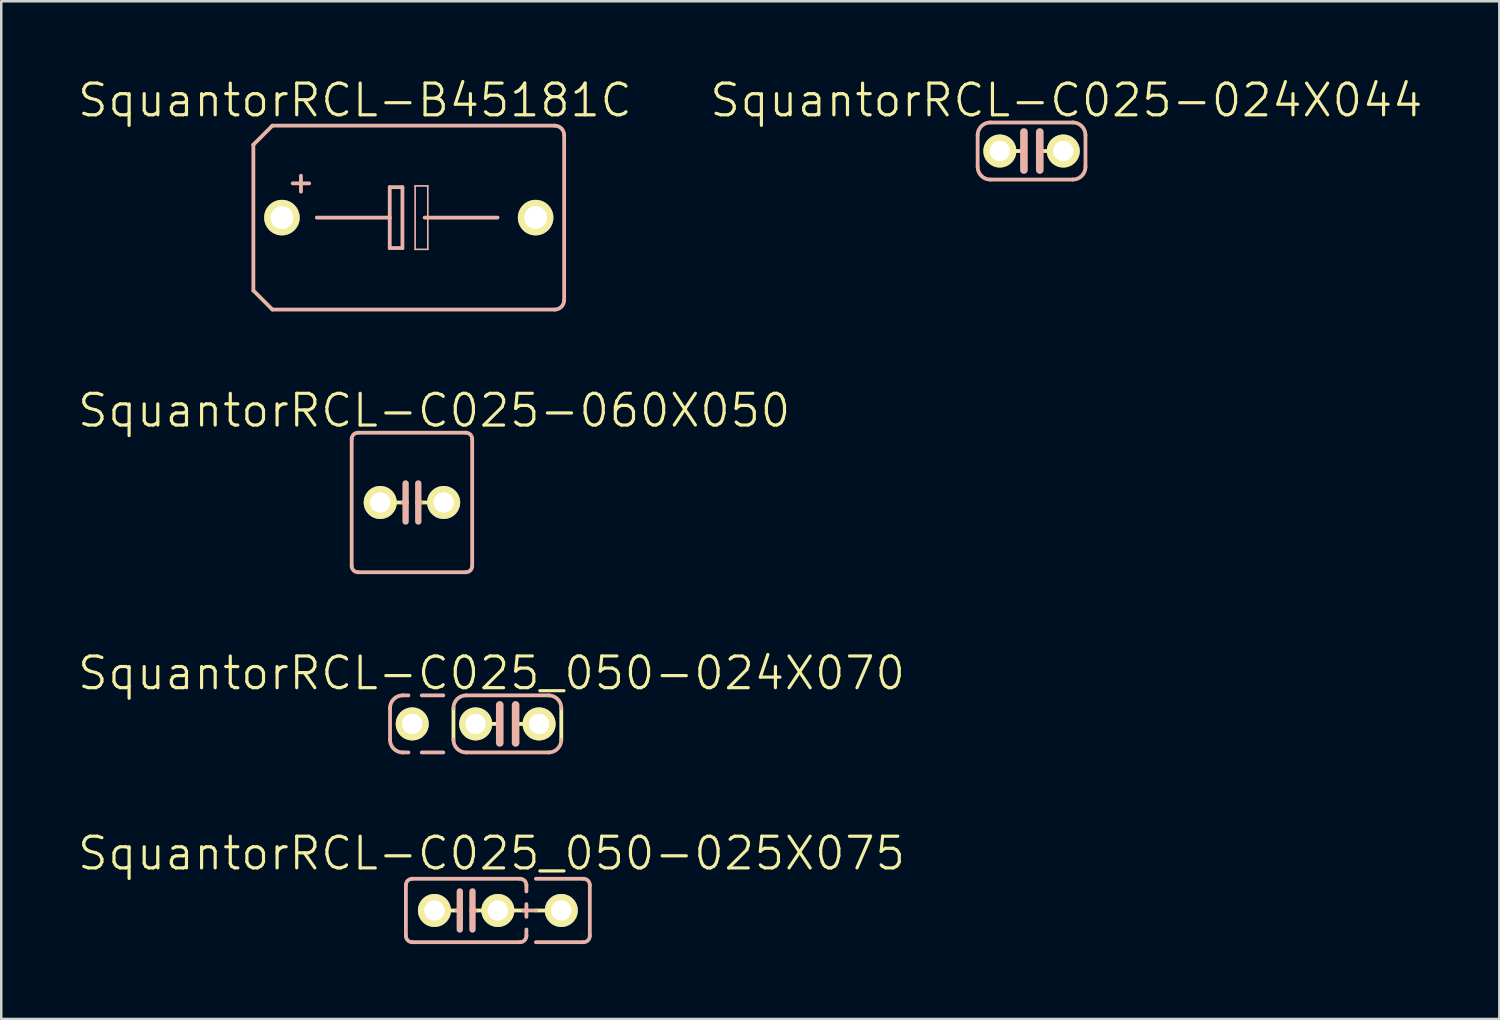
<source format=kicad_pcb>
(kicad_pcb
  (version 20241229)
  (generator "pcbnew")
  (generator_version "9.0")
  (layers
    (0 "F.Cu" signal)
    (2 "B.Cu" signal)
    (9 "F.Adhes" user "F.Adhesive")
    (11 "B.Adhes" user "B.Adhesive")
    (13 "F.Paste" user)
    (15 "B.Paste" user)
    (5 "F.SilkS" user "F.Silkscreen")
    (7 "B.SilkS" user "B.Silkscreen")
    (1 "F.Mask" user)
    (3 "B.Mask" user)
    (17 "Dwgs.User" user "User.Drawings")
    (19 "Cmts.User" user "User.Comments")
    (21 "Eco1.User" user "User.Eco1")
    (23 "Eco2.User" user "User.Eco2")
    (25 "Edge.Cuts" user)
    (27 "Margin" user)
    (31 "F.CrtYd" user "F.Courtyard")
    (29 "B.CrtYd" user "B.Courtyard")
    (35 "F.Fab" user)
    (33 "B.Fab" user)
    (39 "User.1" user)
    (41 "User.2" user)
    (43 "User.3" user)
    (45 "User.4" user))
  (footprint "SquantorRCL-C025_050-025X075"
    (layer "F.Cu")
    (at 15.618 33.412)
    (property "Reference" "SquantorRCL-C025_050-025X075" (at 1.016 -2.286 0) (layer "F.SilkS") (effects (font (size 1.27 1.27) (thickness 0.127))))
    (attr exclude_from_pos_files exclude_from_bom)
    (fp_line (start -0.381 0) (end -0.762 0) (stroke (width 0.152) (type solid)) (layer "F.SilkS"))
    (fp_line (start 0.762 0) (end 0.381 0) (stroke (width 0.152) (type solid)) (layer "F.SilkS"))
    (fp_line (start 1.778 0) (end 2.286 0) (stroke (width 0.152) (type solid)) (layer "F.SilkS"))
    (fp_line (start 2.794 0) (end 3.302 0) (stroke (width 0.152) (type solid)) (layer "F.SilkS"))
    (fp_line (start -2.413 -1.016) (end -2.413 1.016) (stroke (width 0.152) (type solid)) (layer "B.SilkS"))
    (fp_line (start -2.159 -1.27) (end 2.159 -1.27) (stroke (width 0.152) (type solid)) (layer "B.SilkS"))
    (fp_line (start -0.254 -0.762) (end -0.254 0) (stroke (width 0.254) (type solid)) (layer "B.SilkS"))
    (fp_line (start -0.254 0) (end -0.381 0) (stroke (width 0.152) (type solid)) (layer "B.SilkS"))
    (fp_line (start -0.254 0) (end -0.254 0.762) (stroke (width 0.254) (type solid)) (layer "B.SilkS"))
    (fp_line (start 0.254 0) (end 0.254 -0.762) (stroke (width 0.254) (type solid)) (layer "B.SilkS"))
    (fp_line (start 0.254 0) (end 0.254 0.762) (stroke (width 0.254) (type solid)) (layer "B.SilkS"))
    (fp_line (start 0.381 0) (end 0.254 0) (stroke (width 0.152) (type solid)) (layer "B.SilkS"))
    (fp_line (start 2.159 1.27) (end -2.159 1.27) (stroke (width 0.152) (type solid)) (layer "B.SilkS"))
    (fp_line (start 2.286 0) (end 2.794 0) (stroke (width 0.152) (type solid)) (layer "B.SilkS"))
    (fp_line (start 2.413 -1.016) (end 2.413 -0.762) (stroke (width 0.152) (type solid)) (layer "B.SilkS"))
    (fp_line (start 2.413 -0.254) (end 2.413 0.254) (stroke (width 0.152) (type solid)) (layer "B.SilkS"))
    (fp_line (start 2.413 0.762) (end 2.413 1.016) (stroke (width 0.152) (type solid)) (layer "B.SilkS"))
    (fp_line (start 2.794 -1.27) (end 4.699 -1.27) (stroke (width 0.152) (type solid)) (layer "B.SilkS"))
    (fp_line (start 4.699 1.27) (end 2.794 1.27) (stroke (width 0.152) (type solid)) (layer "B.SilkS"))
    (fp_line (start 4.953 -1.016) (end 4.953 1.016) (stroke (width 0.152) (type solid)) (layer "B.SilkS"))
    (fp_arc (start -2.413 -1.016) (mid -2.338605 -1.195605) (end -2.159 -1.27) (stroke (width 0.1524) (type solid)) (layer "B.SilkS"))
    (fp_arc (start -2.159 1.27) (mid -2.338605 1.195605) (end -2.413 1.016) (stroke (width 0.1524) (type solid)) (layer "B.SilkS"))
    (fp_arc (start 2.159 -1.27) (mid 2.338605 -1.195605) (end 2.413 -1.016) (stroke (width 0.1524) (type solid)) (layer "B.SilkS"))
    (fp_arc (start 2.413 1.016) (mid 2.338605 1.195605) (end 2.159 1.27) (stroke (width 0.1524) (type solid)) (layer "B.SilkS"))
    (fp_arc (start 4.699 -1.27) (mid 4.878605 -1.195605) (end 4.953 -1.016) (stroke (width 0.1524) (type solid)) (layer "B.SilkS"))
    (fp_arc (start 4.953 1.016) (mid 4.878605 1.195605) (end 4.699 1.27) (stroke (width 0.1524) (type solid)) (layer "B.SilkS"))
    (pad "1" thru_hole circle (at -1.27 0) (size 1.321 1.321) (drill 0.813) (layers "*.Cu" "F.Mask" "F.SilkS" "F.Paste"))
    (pad "2" thru_hole circle (at 1.27 0) (size 1.321 1.321) (drill 0.813) (layers "*.Cu" "F.Mask" "F.SilkS" "F.Paste"))
    (pad "3" thru_hole circle (at 3.81 0) (size 1.321 1.321) (drill 0.813) (layers "*.Cu" "F.Mask" "F.SilkS" "F.Paste")))
  (footprint "SquantorRCL-C025-024X044"
    (layer "F.Cu")
    (at 38.261 2.998)
    (property "Reference" "SquantorRCL-C025-024X044" (at 1.397 -2.032 0) (layer "F.SilkS") (effects (font (size 1.27 1.27) (thickness 0.127))))
    (attr exclude_from_pos_files exclude_from_bom)
    (fp_line (start -1.27 0) (end -0.305 0) (stroke (width 0.152) (type solid)) (layer "F.SilkS"))
    (fp_line (start 1.27 0) (end 0.33 0) (stroke (width 0.152) (type solid)) (layer "F.SilkS"))
    (fp_line (start -2.159 0.635) (end -2.159 -0.635) (stroke (width 0.152) (type solid)) (layer "B.SilkS"))
    (fp_line (start -0.305 -0.762) (end -0.305 0.762) (stroke (width 0.305) (type solid)) (layer "B.SilkS"))
    (fp_line (start 0.33 -0.762) (end 0.33 0.762) (stroke (width 0.305) (type solid)) (layer "B.SilkS"))
    (fp_line (start 1.651 -1.143) (end -1.651 -1.143) (stroke (width 0.152) (type solid)) (layer "B.SilkS"))
    (fp_line (start 1.651 1.143) (end -1.651 1.143) (stroke (width 0.152) (type solid)) (layer "B.SilkS"))
    (fp_line (start 2.159 0.635) (end 2.159 -0.635) (stroke (width 0.152) (type solid)) (layer "B.SilkS"))
    (fp_arc (start -2.159 -0.635) (mid -2.01021 -0.99421) (end -1.651 -1.143) (stroke (width 0.1524) (type solid)) (layer "B.SilkS"))
    (fp_arc (start -1.651 1.143) (mid -2.01021 0.99421) (end -2.159 0.635) (stroke (width 0.1524) (type solid)) (layer "B.SilkS"))
    (fp_arc (start 1.651 -1.143) (mid 2.01021 -0.99421) (end 2.159 -0.635) (stroke (width 0.1524) (type solid)) (layer "B.SilkS"))
    (fp_arc (start 2.159 0.635) (mid 2.01021 0.99421) (end 1.651 1.143) (stroke (width 0.1524) (type solid)) (layer "B.SilkS"))
    (pad "1" thru_hole circle (at -1.27 0) (size 1.321 1.321) (drill 0.813) (layers "*.Cu" "F.Mask" "F.SilkS" "F.Paste"))
    (pad "2" thru_hole circle (at 1.27 0) (size 1.321 1.321) (drill 0.813) (layers "*.Cu" "F.Mask" "F.SilkS" "F.Paste")))
  (footprint "SquantorRCL-C025_050-024X070"
    (layer "F.Cu")
    (at 17.269 25.941)
    (property "Reference" "SquantorRCL-C025_050-024X070" (at -0.635 -2.032 0) (layer "F.SilkS") (effects (font (size 1.27 1.27) (thickness 0.127))))
    (attr exclude_from_pos_files exclude_from_bom)
    (fp_line (start -2.159 0.635) (end -2.159 -0.635) (stroke (width 0.152) (type solid)) (layer "F.SilkS"))
    (fp_line (start -1.27 0) (end -0.305 0) (stroke (width 0.152) (type solid)) (layer "F.SilkS"))
    (fp_line (start 1.27 0) (end 0.33 0) (stroke (width 0.152) (type solid)) (layer "F.SilkS"))
    (fp_line (start 2.159 0.635) (end 2.159 -0.635) (stroke (width 0.152) (type solid)) (layer "F.SilkS"))
    (fp_line (start -4.699 0.635) (end -4.699 -0.635) (stroke (width 0.152) (type solid)) (layer "B.SilkS"))
    (fp_line (start -4.191 -1.143) (end -3.962 -1.143) (stroke (width 0.152) (type solid)) (layer "B.SilkS"))
    (fp_line (start -4.191 1.143) (end -3.962 1.143) (stroke (width 0.152) (type solid)) (layer "B.SilkS"))
    (fp_line (start -3.429 -1.143) (end -2.565 -1.143) (stroke (width 0.152) (type solid)) (layer "B.SilkS"))
    (fp_line (start -3.429 1.143) (end -2.565 1.143) (stroke (width 0.152) (type solid)) (layer "B.SilkS"))
    (fp_line (start -0.305 -0.762) (end -0.305 0.762) (stroke (width 0.305) (type solid)) (layer "B.SilkS"))
    (fp_line (start 0.33 -0.762) (end 0.33 0.762) (stroke (width 0.305) (type solid)) (layer "B.SilkS"))
    (fp_line (start 1.651 -1.143) (end -1.651 -1.143) (stroke (width 0.152) (type solid)) (layer "B.SilkS"))
    (fp_line (start 1.651 1.143) (end -1.651 1.143) (stroke (width 0.152) (type solid)) (layer "B.SilkS"))
    (fp_arc (start -4.699 -0.635) (mid -4.55021 -0.99421) (end -4.191 -1.143) (stroke (width 0.1524) (type solid)) (layer "B.SilkS"))
    (fp_arc (start -4.191 1.143) (mid -4.55021 0.99421) (end -4.699 0.635) (stroke (width 0.1524) (type solid)) (layer "B.SilkS"))
    (fp_arc (start -2.159 -0.635) (mid -2.01021 -0.99421) (end -1.651 -1.143) (stroke (width 0.1524) (type solid)) (layer "B.SilkS"))
    (fp_arc (start -1.651 1.143) (mid -2.01021 0.99421) (end -2.159 0.635) (stroke (width 0.1524) (type solid)) (layer "B.SilkS"))
    (fp_arc (start 1.651 -1.143) (mid 2.01021 -0.99421) (end 2.159 -0.635) (stroke (width 0.1524) (type solid)) (layer "B.SilkS"))
    (fp_arc (start 2.159 0.635) (mid 2.01021 0.99421) (end 1.651 1.143) (stroke (width 0.1524) (type solid)) (layer "B.SilkS"))
    (pad "1" thru_hole circle (at -3.81 0) (size 1.321 1.321) (drill 0.813) (layers "*.Cu" "F.Mask" "F.SilkS" "F.Paste"))
    (pad "2" thru_hole circle (at -1.27 0) (size 1.321 1.321) (drill 0.813) (layers "*.Cu" "F.Mask" "F.SilkS" "F.Paste"))
    (pad "3" thru_hole circle (at 1.27 0) (size 1.321 1.321) (drill 0.813) (layers "*.Cu" "F.Mask" "F.SilkS" "F.Paste")))
  (footprint "SquantorRCL-B45181C"
    (layer "F.Cu")
    (at 13.32 5.665)
    (property "Reference" "SquantorRCL-B45181C" (at -2.159 -4.699 0) (layer "F.SilkS") (effects (font (size 1.27 1.27) (thickness 0.127))))
    (attr exclude_from_pos_files exclude_from_bom)
    (fp_line (start -6.223 -2.921) (end -6.223 2.921) (stroke (width 0.152) (type solid)) (layer "B.SilkS"))
    (fp_line (start -6.223 -2.921) (end -5.461 -3.683) (stroke (width 0.152) (type solid)) (layer "B.SilkS"))
    (fp_line (start -5.461 3.683) (end -6.223 2.921) (stroke (width 0.152) (type solid)) (layer "B.SilkS"))
    (fp_line (start -5.461 3.683) (end 5.842 3.683) (stroke (width 0.152) (type solid)) (layer "B.SilkS"))
    (fp_line (start -4.318 -1.676) (end -4.318 -1.041) (stroke (width 0.152) (type solid)) (layer "B.SilkS"))
    (fp_line (start -3.988 -1.372) (end -4.648 -1.372) (stroke (width 0.152) (type solid)) (layer "B.SilkS"))
    (fp_line (start -3.683 0) (end -0.762 0) (stroke (width 0.152) (type solid)) (layer "B.SilkS"))
    (fp_line (start -0.762 -1.219) (end -0.762 0) (stroke (width 0.152) (type solid)) (layer "B.SilkS"))
    (fp_line (start -0.762 0) (end -0.762 1.219) (stroke (width 0.152) (type solid)) (layer "B.SilkS"))
    (fp_line (start -0.762 1.219) (end -0.254 1.219) (stroke (width 0.152) (type solid)) (layer "B.SilkS"))
    (fp_line (start -0.254 -1.219) (end -0.762 -1.219) (stroke (width 0.152) (type solid)) (layer "B.SilkS"))
    (fp_line (start -0.254 1.219) (end -0.254 -1.219) (stroke (width 0.152) (type solid)) (layer "B.SilkS"))
    (fp_line (start 0.254 -1.27) (end 0.762 -1.27) (stroke (width 0.066) (type solid)) (layer "B.SilkS"))
    (fp_line (start 0.254 1.27) (end 0.254 -1.27) (stroke (width 0.066) (type solid)) (layer "B.SilkS"))
    (fp_line (start 0.254 1.27) (end 0.762 1.27) (stroke (width 0.066) (type solid)) (layer "B.SilkS"))
    (fp_line (start 0.635 0) (end 3.556 0) (stroke (width 0.152) (type solid)) (layer "B.SilkS"))
    (fp_line (start 0.762 1.27) (end 0.762 -1.27) (stroke (width 0.066) (type solid)) (layer "B.SilkS"))
    (fp_line (start 5.842 -3.683) (end -5.461 -3.683) (stroke (width 0.152) (type solid)) (layer "B.SilkS"))
    (fp_line (start 6.223 -3.302) (end 6.223 3.302) (stroke (width 0.152) (type solid)) (layer "B.SilkS"))
    (fp_arc (start 5.842 -3.683) (mid 6.111408 -3.571408) (end 6.223 -3.302) (stroke (width 0.1524) (type solid)) (layer "B.SilkS"))
    (fp_arc (start 6.223 3.302) (mid 6.111408 3.571408) (end 5.842 3.683) (stroke (width 0.1524) (type solid)) (layer "B.SilkS"))
    (pad "+" thru_hole circle (at -5.08 0) (size 1.422 1.422) (drill 0.914) (layers "*.Cu" "F.Mask" "F.SilkS" "F.Paste"))
    (pad "-" thru_hole circle (at 5.08 0) (size 1.422 1.422) (drill 0.914) (layers "*.Cu" "F.Mask" "F.SilkS" "F.Paste")))
  (footprint "SquantorRCL-C025-060X050"
    (layer "F.Cu")
    (at 13.447 17.073)
    (property "Reference" "SquantorRCL-C025-060X050" (at 0.889 -3.683 0) (layer "F.SilkS") (effects (font (size 1.27 1.27) (thickness 0.127))))
    (attr exclude_from_pos_files exclude_from_bom)
    (fp_line (start -0.381 0) (end -0.762 0) (stroke (width 0.152) (type solid)) (layer "F.SilkS"))
    (fp_line (start 0.762 0) (end 0.381 0) (stroke (width 0.152) (type solid)) (layer "F.SilkS"))
    (fp_line (start -2.413 -2.54) (end -2.413 2.54) (stroke (width 0.152) (type solid)) (layer "B.SilkS"))
    (fp_line (start -2.159 -2.794) (end 2.159 -2.794) (stroke (width 0.152) (type solid)) (layer "B.SilkS"))
    (fp_line (start -0.254 -0.762) (end -0.254 0) (stroke (width 0.254) (type solid)) (layer "B.SilkS"))
    (fp_line (start -0.254 0) (end -0.381 0) (stroke (width 0.152) (type solid)) (layer "B.SilkS"))
    (fp_line (start -0.254 0) (end -0.254 0.762) (stroke (width 0.254) (type solid)) (layer "B.SilkS"))
    (fp_line (start 0.254 0) (end 0.254 -0.762) (stroke (width 0.254) (type solid)) (layer "B.SilkS"))
    (fp_line (start 0.254 0) (end 0.254 0.762) (stroke (width 0.254) (type solid)) (layer "B.SilkS"))
    (fp_line (start 0.381 0) (end 0.254 0) (stroke (width 0.152) (type solid)) (layer "B.SilkS"))
    (fp_line (start 2.159 2.794) (end -2.159 2.794) (stroke (width 0.152) (type solid)) (layer "B.SilkS"))
    (fp_line (start 2.413 -2.54) (end 2.413 2.54) (stroke (width 0.152) (type solid)) (layer "B.SilkS"))
    (fp_arc (start -2.413 -2.54) (mid -2.338605 -2.719605) (end -2.159 -2.794) (stroke (width 0.1524) (type solid)) (layer "B.SilkS"))
    (fp_arc (start -2.159 2.794) (mid -2.338605 2.719605) (end -2.413 2.54) (stroke (width 0.1524) (type solid)) (layer "B.SilkS"))
    (fp_arc (start 2.159 -2.794) (mid 2.338605 -2.719605) (end 2.413 -2.54) (stroke (width 0.1524) (type solid)) (layer "B.SilkS"))
    (fp_arc (start 2.413 2.54) (mid 2.338605 2.719605) (end 2.159 2.794) (stroke (width 0.1524) (type solid)) (layer "B.SilkS"))
    (pad "1" thru_hole circle (at -1.27 0) (size 1.321 1.321) (drill 0.813) (layers "*.Cu" "F.Mask" "F.SilkS" "F.Paste"))
    (pad "2" thru_hole circle (at 1.27 0) (size 1.321 1.321) (drill 0.813) (layers "*.Cu" "F.Mask" "F.SilkS" "F.Paste")))
  (gr_rect
    (start -3 -3)
    (end 56.994 37.758)
    (stroke (width 0.1) (type default))
    (fill no)
    (layer "Edge.Cuts")))
</source>
